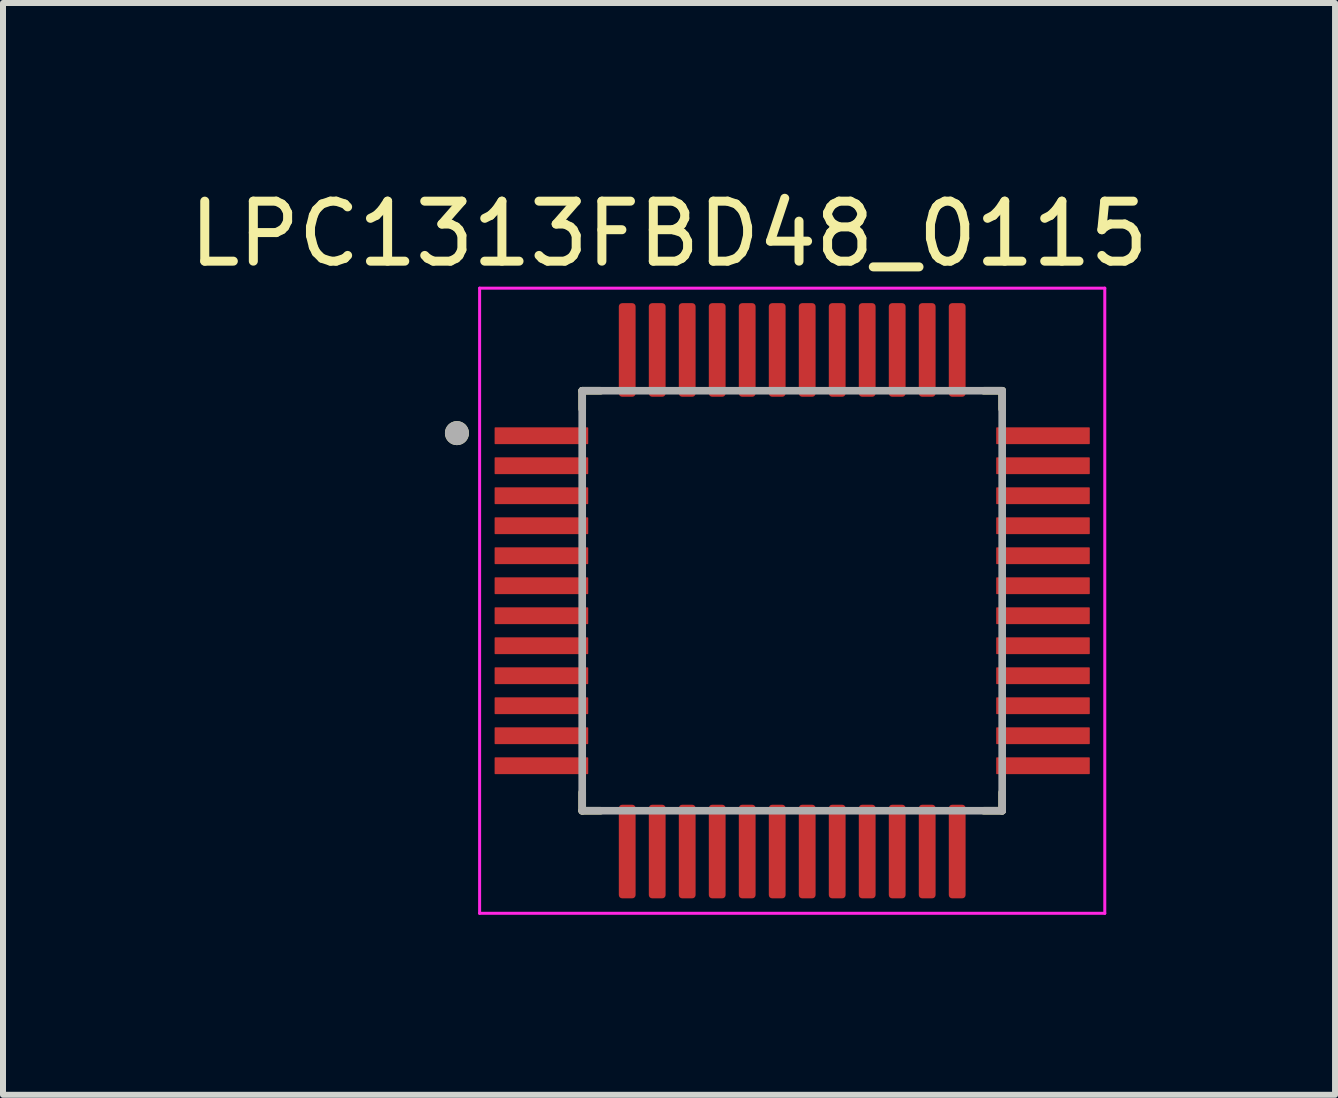
<source format=kicad_pcb>
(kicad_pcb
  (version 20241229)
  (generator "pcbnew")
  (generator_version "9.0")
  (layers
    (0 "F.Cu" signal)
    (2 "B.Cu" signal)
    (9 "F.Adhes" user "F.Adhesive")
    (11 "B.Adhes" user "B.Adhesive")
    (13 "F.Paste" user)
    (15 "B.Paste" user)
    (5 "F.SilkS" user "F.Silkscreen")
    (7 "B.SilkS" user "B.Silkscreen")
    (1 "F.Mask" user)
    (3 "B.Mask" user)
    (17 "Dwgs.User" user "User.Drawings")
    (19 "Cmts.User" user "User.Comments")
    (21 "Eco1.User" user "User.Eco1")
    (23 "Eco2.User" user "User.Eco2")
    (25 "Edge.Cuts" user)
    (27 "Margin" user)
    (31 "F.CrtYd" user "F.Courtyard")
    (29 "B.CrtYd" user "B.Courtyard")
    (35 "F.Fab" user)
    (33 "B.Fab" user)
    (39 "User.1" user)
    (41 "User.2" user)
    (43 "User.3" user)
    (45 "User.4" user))
  (footprint "LPC1313FBD48_0115"
    (layer "F.Cu")
    (at 10.154 6.963)
    (property "Reference" "LPC1313FBD48_0115" (at -2.053 -6.115 0) (layer "F.SilkS") (effects (font (size 1 1) (thickness 0.15))))
    (attr through_hole)
    (fp_line (start -3.5 -3.5) (end -3.5 -3.195) (stroke (width 0.127) (type solid)) (layer "F.SilkS"))
    (fp_line (start -3.5 -3.5) (end -3.195 -3.5) (stroke (width 0.127) (type solid)) (layer "F.SilkS"))
    (fp_line (start -3.5 3.5) (end -3.5 3.195) (stroke (width 0.127) (type solid)) (layer "F.SilkS"))
    (fp_line (start -3.5 3.5) (end -3.195 3.5) (stroke (width 0.127) (type solid)) (layer "F.SilkS"))
    (fp_line (start 3.5 -3.5) (end 3.195 -3.5) (stroke (width 0.127) (type solid)) (layer "F.SilkS"))
    (fp_line (start 3.5 -3.5) (end 3.5 -3.195) (stroke (width 0.127) (type solid)) (layer "F.SilkS"))
    (fp_line (start 3.5 3.5) (end 3.195 3.5) (stroke (width 0.127) (type solid)) (layer "F.SilkS"))
    (fp_line (start 3.5 3.5) (end 3.5 3.195) (stroke (width 0.127) (type solid)) (layer "F.SilkS"))
    (fp_circle (center -5.588 -2.794) (end -5.488 -2.794) (stroke (width 0.2) (type solid)) (fill no) (layer "F.SilkS"))
    (fp_line (start -5.21 -5.21) (end 5.21 -5.21) (stroke (width 0.05) (type solid)) (layer "F.CrtYd"))
    (fp_line (start -5.21 5.21) (end -5.21 -5.21) (stroke (width 0.05) (type solid)) (layer "F.CrtYd"))
    (fp_line (start -5.21 5.21) (end 5.21 5.21) (stroke (width 0.05) (type solid)) (layer "F.CrtYd"))
    (fp_line (start 5.21 5.21) (end 5.21 -5.21) (stroke (width 0.05) (type solid)) (layer "F.CrtYd"))
    (fp_line (start -3.5 3.5) (end -3.5 -3.5) (stroke (width 0.127) (type solid)) (layer "F.Fab"))
    (fp_line (start 3.5 -3.5) (end -3.5 -3.5) (stroke (width 0.127) (type solid)) (layer "F.Fab"))
    (fp_line (start 3.5 3.5) (end -3.5 3.5) (stroke (width 0.127) (type solid)) (layer "F.Fab"))
    (fp_line (start 3.5 3.5) (end 3.5 -3.5) (stroke (width 0.127) (type solid)) (layer "F.Fab"))
    (fp_circle (center -5.588 -2.794) (end -5.488 -2.794) (stroke (width 0.2) (type solid)) (fill no) (layer "F.Fab"))
    (pad "1" smd roundrect (at -4.18 -2.75) (size 1.56 0.28) (layers "F.Cu" "F.Mask" "F.Paste") (roundrect_rratio 0.04))
    (pad "2" smd roundrect (at -4.18 -2.25) (size 1.56 0.28) (layers "F.Cu" "F.Mask" "F.Paste") (roundrect_rratio 0.04))
    (pad "3" smd roundrect (at -4.18 -1.75) (size 1.56 0.28) (layers "F.Cu" "F.Mask" "F.Paste") (roundrect_rratio 0.04))
    (pad "4" smd roundrect (at -4.18 -1.25) (size 1.56 0.28) (layers "F.Cu" "F.Mask" "F.Paste") (roundrect_rratio 0.04))
    (pad "5" smd roundrect (at -4.18 -0.75) (size 1.56 0.28) (layers "F.Cu" "F.Mask" "F.Paste") (roundrect_rratio 0.04))
    (pad "6" smd roundrect (at -4.18 -0.25) (size 1.56 0.28) (layers "F.Cu" "F.Mask" "F.Paste") (roundrect_rratio 0.04))
    (pad "7" smd roundrect (at -4.18 0.25) (size 1.56 0.28) (layers "F.Cu" "F.Mask" "F.Paste") (roundrect_rratio 0.04))
    (pad "8" smd roundrect (at -4.18 0.75) (size 1.56 0.28) (layers "F.Cu" "F.Mask" "F.Paste") (roundrect_rratio 0.04))
    (pad "9" smd roundrect (at -4.18 1.25) (size 1.56 0.28) (layers "F.Cu" "F.Mask" "F.Paste") (roundrect_rratio 0.04))
    (pad "10" smd roundrect (at -4.18 1.75) (size 1.56 0.28) (layers "F.Cu" "F.Mask" "F.Paste") (roundrect_rratio 0.04))
    (pad "11" smd roundrect (at -4.18 2.25) (size 1.56 0.28) (layers "F.Cu" "F.Mask" "F.Paste") (roundrect_rratio 0.04))
    (pad "12" smd roundrect (at -4.18 2.75) (size 1.56 0.28) (layers "F.Cu" "F.Mask" "F.Paste") (roundrect_rratio 0.04))
    (pad "13" smd roundrect (at -2.75 4.18) (size 0.28 1.56) (layers "F.Cu" "F.Mask" "F.Paste") (roundrect_rratio 0.2))
    (pad "14" smd roundrect (at -2.25 4.18) (size 0.28 1.56) (layers "F.Cu" "F.Mask" "F.Paste") (roundrect_rratio 0.2))
    (pad "15" smd roundrect (at -1.75 4.18) (size 0.28 1.56) (layers "F.Cu" "F.Mask" "F.Paste") (roundrect_rratio 0.2))
    (pad "16" smd roundrect (at -1.25 4.18) (size 0.28 1.56) (layers "F.Cu" "F.Mask" "F.Paste") (roundrect_rratio 0.2))
    (pad "17" smd roundrect (at -0.75 4.18) (size 0.28 1.56) (layers "F.Cu" "F.Mask" "F.Paste") (roundrect_rratio 0.2))
    (pad "18" smd roundrect (at -0.25 4.18) (size 0.28 1.56) (layers "F.Cu" "F.Mask" "F.Paste") (roundrect_rratio 0.2))
    (pad "19" smd roundrect (at 0.25 4.18) (size 0.28 1.56) (layers "F.Cu" "F.Mask" "F.Paste") (roundrect_rratio 0.2))
    (pad "20" smd roundrect (at 0.75 4.18) (size 0.28 1.56) (layers "F.Cu" "F.Mask" "F.Paste") (roundrect_rratio 0.2))
    (pad "21" smd roundrect (at 1.25 4.18) (size 0.28 1.56) (layers "F.Cu" "F.Mask" "F.Paste") (roundrect_rratio 0.2))
    (pad "22" smd roundrect (at 1.75 4.18) (size 0.28 1.56) (layers "F.Cu" "F.Mask" "F.Paste") (roundrect_rratio 0.2))
    (pad "23" smd roundrect (at 2.25 4.18) (size 0.28 1.56) (layers "F.Cu" "F.Mask" "F.Paste") (roundrect_rratio 0.2))
    (pad "24" smd roundrect (at 2.75 4.18) (size 0.28 1.56) (layers "F.Cu" "F.Mask" "F.Paste") (roundrect_rratio 0.2))
    (pad "25" smd roundrect (at 4.18 2.75) (size 1.56 0.28) (layers "F.Cu" "F.Mask" "F.Paste") (roundrect_rratio 0.04))
    (pad "26" smd roundrect (at 4.18 2.25) (size 1.56 0.28) (layers "F.Cu" "F.Mask" "F.Paste") (roundrect_rratio 0.04))
    (pad "27" smd roundrect (at 4.18 1.75) (size 1.56 0.28) (layers "F.Cu" "F.Mask" "F.Paste") (roundrect_rratio 0.04))
    (pad "28" smd roundrect (at 4.18 1.25) (size 1.56 0.28) (layers "F.Cu" "F.Mask" "F.Paste") (roundrect_rratio 0.04))
    (pad "29" smd roundrect (at 4.18 0.75) (size 1.56 0.28) (layers "F.Cu" "F.Mask" "F.Paste") (roundrect_rratio 0.04))
    (pad "30" smd roundrect (at 4.18 0.25) (size 1.56 0.28) (layers "F.Cu" "F.Mask" "F.Paste") (roundrect_rratio 0.04))
    (pad "31" smd roundrect (at 4.18 -0.25) (size 1.56 0.28) (layers "F.Cu" "F.Mask" "F.Paste") (roundrect_rratio 0.04))
    (pad "32" smd roundrect (at 4.18 -0.75) (size 1.56 0.28) (layers "F.Cu" "F.Mask" "F.Paste") (roundrect_rratio 0.04))
    (pad "33" smd roundrect (at 4.18 -1.25) (size 1.56 0.28) (layers "F.Cu" "F.Mask" "F.Paste") (roundrect_rratio 0.04))
    (pad "34" smd roundrect (at 4.18 -1.75) (size 1.56 0.28) (layers "F.Cu" "F.Mask" "F.Paste") (roundrect_rratio 0.04))
    (pad "35" smd roundrect (at 4.18 -2.25) (size 1.56 0.28) (layers "F.Cu" "F.Mask" "F.Paste") (roundrect_rratio 0.04))
    (pad "36" smd roundrect (at 4.18 -2.75) (size 1.56 0.28) (layers "F.Cu" "F.Mask" "F.Paste") (roundrect_rratio 0.04))
    (pad "37" smd roundrect (at 2.75 -4.18) (size 0.28 1.56) (layers "F.Cu" "F.Mask" "F.Paste") (roundrect_rratio 0.2))
    (pad "38" smd roundrect (at 2.25 -4.18) (size 0.28 1.56) (layers "F.Cu" "F.Mask" "F.Paste") (roundrect_rratio 0.2))
    (pad "39" smd roundrect (at 1.75 -4.18) (size 0.28 1.56) (layers "F.Cu" "F.Mask" "F.Paste") (roundrect_rratio 0.2))
    (pad "40" smd roundrect (at 1.25 -4.18) (size 0.28 1.56) (layers "F.Cu" "F.Mask" "F.Paste") (roundrect_rratio 0.2))
    (pad "41" smd roundrect (at 0.75 -4.18) (size 0.28 1.56) (layers "F.Cu" "F.Mask" "F.Paste") (roundrect_rratio 0.2))
    (pad "42" smd roundrect (at 0.25 -4.18) (size 0.28 1.56) (layers "F.Cu" "F.Mask" "F.Paste") (roundrect_rratio 0.2))
    (pad "43" smd roundrect (at -0.25 -4.18) (size 0.28 1.56) (layers "F.Cu" "F.Mask" "F.Paste") (roundrect_rratio 0.2))
    (pad "44" smd roundrect (at -0.75 -4.18) (size 0.28 1.56) (layers "F.Cu" "F.Mask" "F.Paste") (roundrect_rratio 0.2))
    (pad "45" smd roundrect (at -1.25 -4.18) (size 0.28 1.56) (layers "F.Cu" "F.Mask" "F.Paste") (roundrect_rratio 0.2))
    (pad "46" smd roundrect (at -1.75 -4.18) (size 0.28 1.56) (layers "F.Cu" "F.Mask" "F.Paste") (roundrect_rratio 0.2))
    (pad "47" smd roundrect (at -2.25 -4.18) (size 0.28 1.56) (layers "F.Cu" "F.Mask" "F.Paste") (roundrect_rratio 0.2))
    (pad "48" smd roundrect (at -2.75 -4.18) (size 0.28 1.56) (layers "F.Cu" "F.Mask" "F.Paste") (roundrect_rratio 0.2)))
  (gr_rect
    (start -3 -3)
    (end 19.202 15.198)
    (stroke (width 0.1) (type default))
    (fill no)
    (layer "Edge.Cuts")))
</source>
